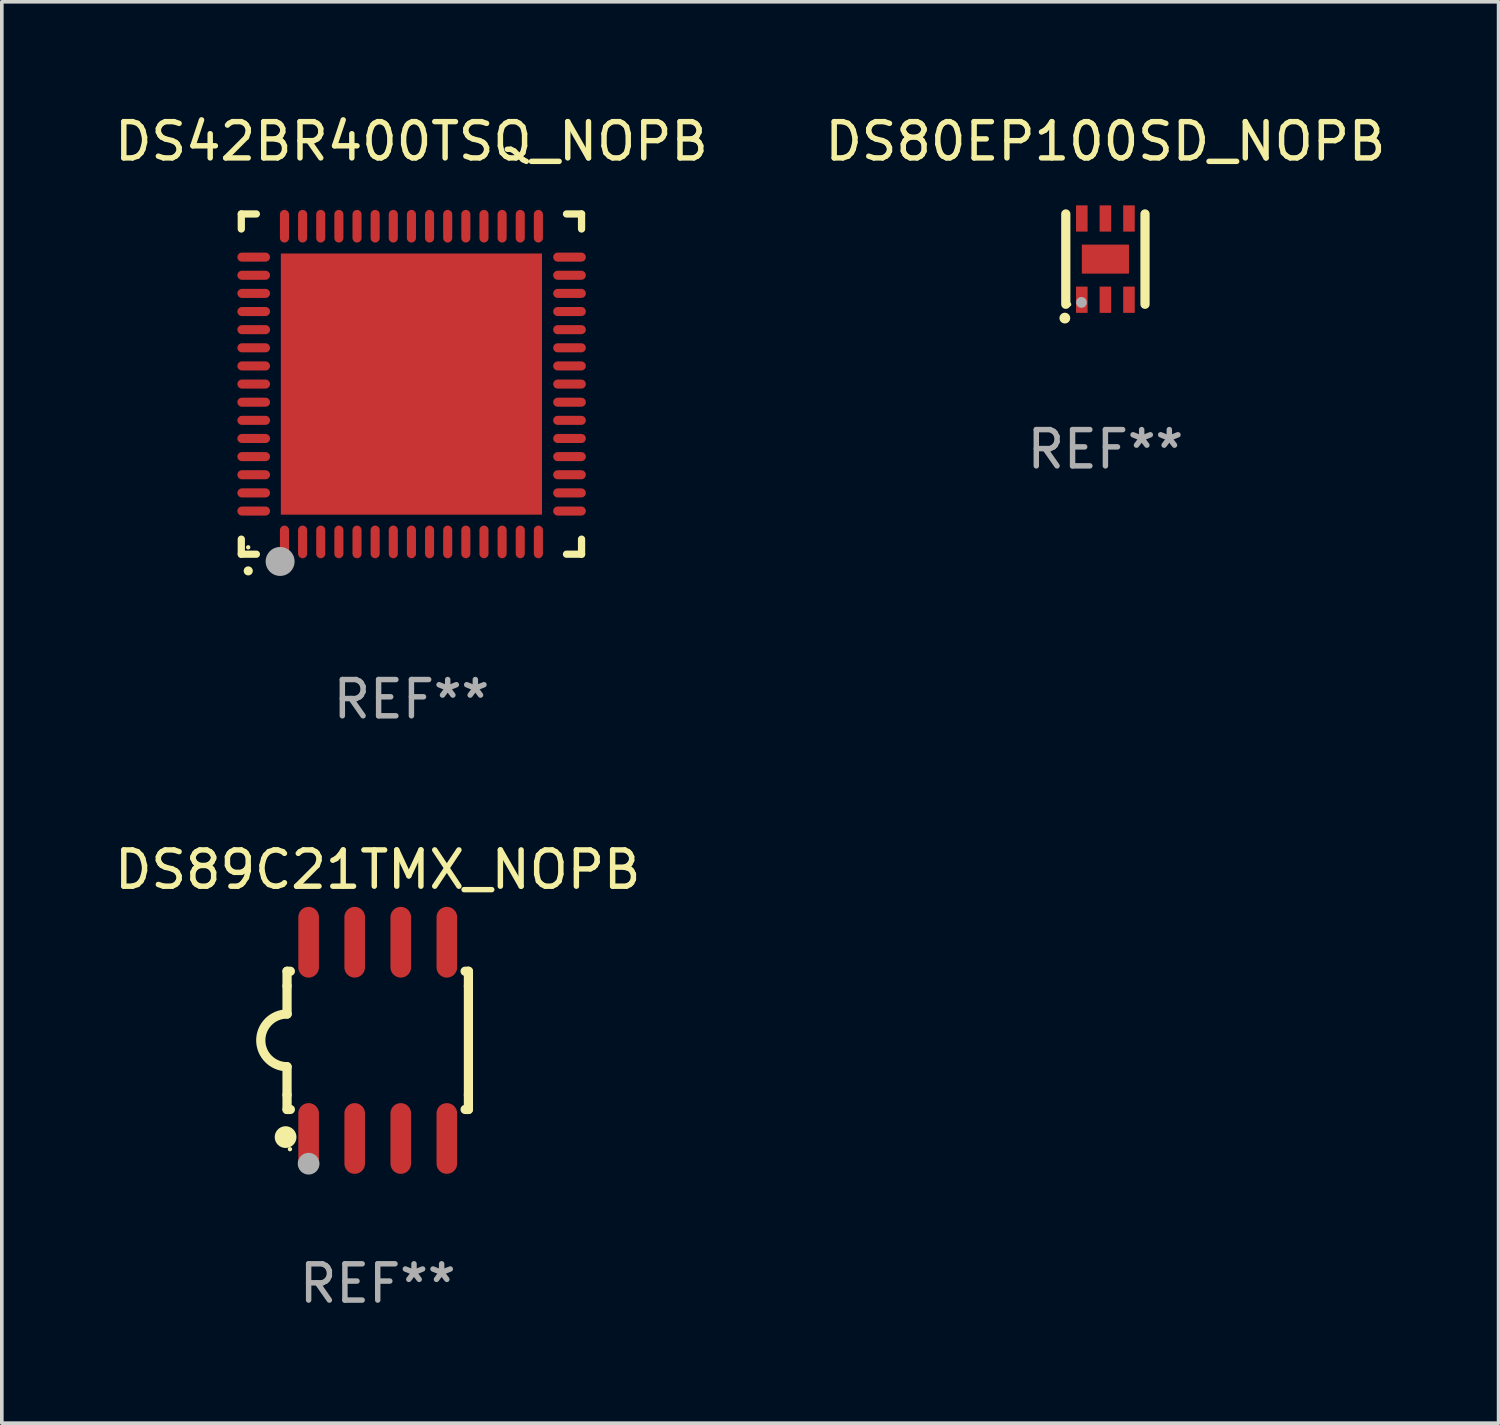
<source format=kicad_pcb>
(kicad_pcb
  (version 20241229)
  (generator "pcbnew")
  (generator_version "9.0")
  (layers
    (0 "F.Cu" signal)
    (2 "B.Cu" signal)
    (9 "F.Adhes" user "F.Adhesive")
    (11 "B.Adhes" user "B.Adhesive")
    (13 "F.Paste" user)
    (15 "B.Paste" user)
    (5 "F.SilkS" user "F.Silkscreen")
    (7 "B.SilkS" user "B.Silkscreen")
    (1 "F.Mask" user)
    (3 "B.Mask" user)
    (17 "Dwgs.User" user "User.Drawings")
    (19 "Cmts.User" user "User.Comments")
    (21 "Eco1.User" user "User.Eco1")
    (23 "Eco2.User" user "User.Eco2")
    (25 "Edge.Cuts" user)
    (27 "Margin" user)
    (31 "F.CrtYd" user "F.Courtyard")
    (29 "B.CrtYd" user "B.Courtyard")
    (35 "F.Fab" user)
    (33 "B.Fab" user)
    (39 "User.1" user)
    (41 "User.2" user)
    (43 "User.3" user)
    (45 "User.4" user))
  (footprint "DS80EP100SD_NOPB"
    (layer "F.Cu")
    (at 27.423 4.093)
    (property "Reference" "DS80EP100SD_NOPB" (at 0 -3.245 0) (layer "F.SilkS") (effects (font (size 1 1) (thickness 0.15))))
    (attr through_hole)
    (fp_line (start -1.092 1.245) (end -1.092 -1.245) (stroke (width 0.254) (type solid)) (layer "F.SilkS"))
    (fp_line (start 1.092 -1.245) (end 1.092 1.245) (stroke (width 0.254) (type solid)) (layer "F.SilkS"))
    (fp_circle (center -1.118 1.626) (end -1.043 1.626) (stroke (width 0.15) (type solid)) (fill no) (layer "F.SilkS"))
    (fp_circle (center -1 1.25) (end -0.97 1.25) (stroke (width 0.06) (type solid)) (fill no) (layer "F.SilkS"))
    (fp_circle (center -0.66 1.194) (end -0.585 1.194) (stroke (width 0.15) (type solid)) (fill no) (layer "F.Fab"))
    (fp_text user "REF**" (at 0 5.245 0) (layer "F.Fab") (effects (font (size 1 1) (thickness 0.15))))
    (pad "1" smd rect (at -0.65 1.12 180) (size 0.318 0.724) (layers "F.Cu" "F.Mask" "F.Paste"))
    (pad "2" smd rect (at 0 1.12 180) (size 0.318 0.724) (layers "F.Cu" "F.Mask" "F.Paste"))
    (pad "3" smd rect (at 0.65 1.12 180) (size 0.318 0.724) (layers "F.Cu" "F.Mask" "F.Paste"))
    (pad "4" smd rect (at 0.65 -1.12 180) (size 0.318 0.724) (layers "F.Cu" "F.Mask" "F.Paste"))
    (pad "5" smd rect (at 0 -1.12 180) (size 0.318 0.724) (layers "F.Cu" "F.Mask" "F.Paste"))
    (pad "6" smd rect (at -0.65 -1.12 180) (size 0.318 0.724) (layers "F.Cu" "F.Mask" "F.Paste"))
    (pad "7" smd rect (at 0 0 90) (size 0.8 1.3) (layers "F.Cu" "F.Mask" "F.Paste")))
  (footprint "DS42BR400TSQ_NOPB"
    (layer "F.Cu")
    (at 8.292 7.538)
    (property "Reference" "DS42BR400TSQ_NOPB" (at 0 -6.69 0) (layer "F.SilkS") (effects (font (size 1 1) (thickness 0.15))))
    (attr through_hole)
    (fp_line (start -4.69 -4.69) (end -4.275 -4.69) (stroke (width 0.2) (type solid)) (layer "F.SilkS"))
    (fp_line (start -4.69 -4.275) (end -4.69 -4.69) (stroke (width 0.2) (type solid)) (layer "F.SilkS"))
    (fp_line (start -4.69 4.69) (end -4.69 4.275) (stroke (width 0.2) (type solid)) (layer "F.SilkS"))
    (fp_line (start -4.275 4.69) (end -4.69 4.69) (stroke (width 0.2) (type solid)) (layer "F.SilkS"))
    (fp_line (start 4.275 4.69) (end 4.69 4.69) (stroke (width 0.2) (type solid)) (layer "F.SilkS"))
    (fp_line (start 4.69 -4.69) (end 4.275 -4.69) (stroke (width 0.2) (type solid)) (layer "F.SilkS"))
    (fp_line (start 4.69 -4.275) (end 4.69 -4.69) (stroke (width 0.2) (type solid)) (layer "F.SilkS"))
    (fp_line (start 4.69 4.69) (end 4.69 4.275) (stroke (width 0.2) (type solid)) (layer "F.SilkS"))
    (fp_arc (start -4.499886 5.15) (mid -4.498616 5.149994) (end -4.497346 5.15) (stroke (width 0.24892) (type solid)) (layer "F.SilkS"))
    (fp_circle (center -4.5 4.5) (end -4.47 4.5) (stroke (width 0.06) (type solid)) (fill no) (layer "F.SilkS"))
    (fp_circle (center -3.62 4.89) (end -3.42 4.89) (stroke (width 0.4) (type solid)) (fill no) (layer "F.Fab"))
    (fp_text user "REF**" (at 0 8.69 0) (layer "F.Fab") (effects (font (size 1 1) (thickness 0.15))))
    (pad "1" smd oval (at -3.5 4.351 90) (size 0.9 0.25) (layers "F.Cu" "F.Mask" "F.Paste"))
    (pad "2" smd oval (at -3 4.351 90) (size 0.9 0.25) (layers "F.Cu" "F.Mask" "F.Paste"))
    (pad "3" smd oval (at -2.5 4.351 90) (size 0.9 0.25) (layers "F.Cu" "F.Mask" "F.Paste"))
    (pad "4" smd oval (at -2 4.351 90) (size 0.9 0.25) (layers "F.Cu" "F.Mask" "F.Paste"))
    (pad "5" smd oval (at -1.5 4.351 90) (size 0.9 0.25) (layers "F.Cu" "F.Mask" "F.Paste"))
    (pad "6" smd oval (at -1 4.351 90) (size 0.9 0.25) (layers "F.Cu" "F.Mask" "F.Paste"))
    (pad "7" smd oval (at -0.5 4.351 90) (size 0.9 0.25) (layers "F.Cu" "F.Mask" "F.Paste"))
    (pad "8" smd oval (at 0.000114 4.351 90) (size 0.9 0.25) (layers "F.Cu" "F.Mask" "F.Paste"))
    (pad "9" smd oval (at 0.5 4.351 90) (size 0.9 0.25) (layers "F.Cu" "F.Mask" "F.Paste"))
    (pad "10" smd oval (at 1 4.351 90) (size 0.9 0.25) (layers "F.Cu" "F.Mask" "F.Paste"))
    (pad "11" smd oval (at 1.5 4.351 90) (size 0.9 0.25) (layers "F.Cu" "F.Mask" "F.Paste"))
    (pad "12" smd oval (at 2 4.351 90) (size 0.9 0.25) (layers "F.Cu" "F.Mask" "F.Paste"))
    (pad "13" smd oval (at 2.5 4.351 90) (size 0.9 0.25) (layers "F.Cu" "F.Mask" "F.Paste"))
    (pad "14" smd oval (at 3 4.351 90) (size 0.9 0.25) (layers "F.Cu" "F.Mask" "F.Paste"))
    (pad "15" smd oval (at 3.5 4.351 90) (size 0.9 0.25) (layers "F.Cu" "F.Mask" "F.Paste"))
    (pad "16" smd oval (at 4.358 3.5 180) (size 0.9 0.25) (layers "F.Cu" "F.Mask" "F.Paste"))
    (pad "17" smd oval (at 4.358 3 180) (size 0.9 0.25) (layers "F.Cu" "F.Mask" "F.Paste"))
    (pad "18" smd oval (at 4.358 2.5 180) (size 0.9 0.25) (layers "F.Cu" "F.Mask" "F.Paste"))
    (pad "19" smd oval (at 4.358 2 180) (size 0.9 0.25) (layers "F.Cu" "F.Mask" "F.Paste"))
    (pad "20" smd oval (at 4.358 1.5 180) (size 0.9 0.25) (layers "F.Cu" "F.Mask" "F.Paste"))
    (pad "21" smd oval (at 4.358 1 180) (size 0.9 0.25) (layers "F.Cu" "F.Mask" "F.Paste"))
    (pad "22" smd oval (at 4.358 0.5 180) (size 0.9 0.25) (layers "F.Cu" "F.Mask" "F.Paste"))
    (pad "23" smd oval (at 4.358 0.000013 180) (size 0.9 0.25) (layers "F.Cu" "F.Mask" "F.Paste"))
    (pad "24" smd oval (at 4.358 -0.5 180) (size 0.9 0.25) (layers "F.Cu" "F.Mask" "F.Paste"))
    (pad "25" smd oval (at 4.358 -1 180) (size 0.9 0.25) (layers "F.Cu" "F.Mask" "F.Paste"))
    (pad "26" smd oval (at 4.358 -1.5 180) (size 0.9 0.25) (layers "F.Cu" "F.Mask" "F.Paste"))
    (pad "27" smd oval (at 4.358 -2 180) (size 0.9 0.25) (layers "F.Cu" "F.Mask" "F.Paste"))
    (pad "28" smd oval (at 4.358 -2.5 180) (size 0.9 0.25) (layers "F.Cu" "F.Mask" "F.Paste"))
    (pad "29" smd oval (at 4.358 -3 180) (size 0.9 0.25) (layers "F.Cu" "F.Mask" "F.Paste"))
    (pad "30" smd oval (at 4.358 -3.5 180) (size 0.9 0.25) (layers "F.Cu" "F.Mask" "F.Paste"))
    (pad "31" smd oval (at 3.5 -4.352 270) (size 0.9 0.25) (layers "F.Cu" "F.Mask" "F.Paste"))
    (pad "32" smd oval (at 3 -4.352 270) (size 0.9 0.25) (layers "F.Cu" "F.Mask" "F.Paste"))
    (pad "33" smd oval (at 2.5 -4.352 270) (size 0.9 0.25) (layers "F.Cu" "F.Mask" "F.Paste"))
    (pad "34" smd oval (at 2 -4.352 270) (size 0.9 0.25) (layers "F.Cu" "F.Mask" "F.Paste"))
    (pad "35" smd oval (at 1.5 -4.352 270) (size 0.9 0.25) (layers "F.Cu" "F.Mask" "F.Paste"))
    (pad "36" smd oval (at 1 -4.352 270) (size 0.9 0.25) (layers "F.Cu" "F.Mask" "F.Paste"))
    (pad "37" smd oval (at 0.5 -4.352 270) (size 0.9 0.25) (layers "F.Cu" "F.Mask" "F.Paste"))
    (pad "38" smd oval (at 0.000114 -4.352 270) (size 0.9 0.25) (layers "F.Cu" "F.Mask" "F.Paste"))
    (pad "39" smd oval (at -0.5 -4.352 270) (size 0.9 0.25) (layers "F.Cu" "F.Mask" "F.Paste"))
    (pad "40" smd oval (at -1 -4.352 270) (size 0.9 0.25) (layers "F.Cu" "F.Mask" "F.Paste"))
    (pad "41" smd oval (at -1.5 -4.352 270) (size 0.9 0.25) (layers "F.Cu" "F.Mask" "F.Paste"))
    (pad "42" smd oval (at -2 -4.352 270) (size 0.9 0.25) (layers "F.Cu" "F.Mask" "F.Paste"))
    (pad "43" smd oval (at -2.5 -4.352 270) (size 0.9 0.25) (layers "F.Cu" "F.Mask" "F.Paste"))
    (pad "44" smd oval (at -3 -4.352 270) (size 0.9 0.25) (layers "F.Cu" "F.Mask" "F.Paste"))
    (pad "45" smd oval (at -3.5 -4.352 270) (size 0.9 0.25) (layers "F.Cu" "F.Mask" "F.Paste"))
    (pad "46" smd oval (at -4.348 -3.5) (size 0.9 0.25) (layers "F.Cu" "F.Mask" "F.Paste"))
    (pad "47" smd oval (at -4.348 -3) (size 0.9 0.25) (layers "F.Cu" "F.Mask" "F.Paste"))
    (pad "48" smd oval (at -4.348 -2.5) (size 0.9 0.25) (layers "F.Cu" "F.Mask" "F.Paste"))
    (pad "49" smd oval (at -4.348 -2) (size 0.9 0.25) (layers "F.Cu" "F.Mask" "F.Paste"))
    (pad "50" smd oval (at -4.348 -1.5) (size 0.9 0.25) (layers "F.Cu" "F.Mask" "F.Paste"))
    (pad "51" smd oval (at -4.348 -1) (size 0.9 0.25) (layers "F.Cu" "F.Mask" "F.Paste"))
    (pad "52" smd oval (at -4.348 -0.5) (size 0.9 0.25) (layers "F.Cu" "F.Mask" "F.Paste"))
    (pad "53" smd oval (at -4.348 0.000013) (size 0.9 0.25) (layers "F.Cu" "F.Mask" "F.Paste"))
    (pad "54" smd oval (at -4.348 0.5) (size 0.9 0.25) (layers "F.Cu" "F.Mask" "F.Paste"))
    (pad "55" smd oval (at -4.348 1) (size 0.9 0.25) (layers "F.Cu" "F.Mask" "F.Paste"))
    (pad "56" smd oval (at -4.348 1.5) (size 0.9 0.25) (layers "F.Cu" "F.Mask" "F.Paste"))
    (pad "57" smd oval (at -4.348 2) (size 0.9 0.25) (layers "F.Cu" "F.Mask" "F.Paste"))
    (pad "58" smd oval (at -4.348 2.5) (size 0.9 0.25) (layers "F.Cu" "F.Mask" "F.Paste"))
    (pad "59" smd oval (at -4.348 3) (size 0.9 0.25) (layers "F.Cu" "F.Mask" "F.Paste"))
    (pad "60" smd oval (at -4.348 3.5) (size 0.9 0.25) (layers "F.Cu" "F.Mask" "F.Paste"))
    (pad "61" smd rect (at 0.000114 0.000013) (size 7.2 7.2) (layers "F.Cu" "F.Mask" "F.Paste")))
  (footprint "DS89C21TMX_NOPB"
    (layer "F.Cu")
    (at 7.363 25.63)
    (property "Reference" "DS89C21TMX_NOPB" (at 0 -4.705 0) (layer "F.SilkS") (effects (font (size 1 1) (thickness 0.15))))
    (attr through_hole)
    (fp_line (start -2.5 -1.905) (end -2.409 -1.905) (stroke (width 0.254) (type solid)) (layer "F.SilkS"))
    (fp_line (start -2.5 -1.5) (end -2.5 -1.905) (stroke (width 0.254) (type solid)) (layer "F.SilkS"))
    (fp_line (start -2.5 -1.5) (end -2.5 -0.726) (stroke (width 0.254) (type solid)) (layer "F.SilkS"))
    (fp_line (start -2.5 1.5) (end -2.5 0.727) (stroke (width 0.254) (type solid)) (layer "F.SilkS"))
    (fp_line (start -2.5 1.5) (end -2.5 1.905) (stroke (width 0.254) (type solid)) (layer "F.SilkS"))
    (fp_line (start -2.5 1.905) (end -2.409 1.905) (stroke (width 0.254) (type solid)) (layer "F.SilkS"))
    (fp_line (start 2.5 -1.905) (end 2.409 -1.905) (stroke (width 0.254) (type solid)) (layer "F.SilkS"))
    (fp_line (start 2.5 -1.5) (end 2.5 -1.905) (stroke (width 0.254) (type solid)) (layer "F.SilkS"))
    (fp_line (start 2.5 -1.5) (end 2.5 1.5) (stroke (width 0.254) (type solid)) (layer "F.SilkS"))
    (fp_line (start 2.5 1.5) (end 2.5 1.905) (stroke (width 0.254) (type solid)) (layer "F.SilkS"))
    (fp_line (start 2.5 1.905) (end 2.409 1.905) (stroke (width 0.254) (type solid)) (layer "F.SilkS"))
    (fp_arc (start -2.5 0.726568) (mid -3.220316 -0.0023) (end -2.495097 -0.726289) (stroke (width 0.254001) (type solid)) (layer "F.SilkS"))
    (fp_circle (center -2.54 2.667) (end -2.39 2.667) (stroke (width 0.3) (type solid)) (fill no) (layer "F.SilkS"))
    (fp_circle (center -2.42 3) (end -2.39 3) (stroke (width 0.06) (type solid)) (fill no) (layer "F.SilkS"))
    (fp_circle (center -1.905 3.4) (end -1.755 3.4) (stroke (width 0.3) (type solid)) (fill no) (layer "F.Fab"))
    (fp_text user "REF**" (at 0 6.705 0) (layer "F.Fab") (effects (font (size 1 1) (thickness 0.15))))
    (pad "1" smd oval (at -1.905 2.705) (size 0.568 1.95) (layers "F.Cu" "F.Mask" "F.Paste"))
    (pad "2" smd oval (at -0.635 2.705) (size 0.568 1.95) (layers "F.Cu" "F.Mask" "F.Paste"))
    (pad "3" smd oval (at 0.635 2.705) (size 0.568 1.95) (layers "F.Cu" "F.Mask" "F.Paste"))
    (pad "4" smd oval (at 1.905 2.705) (size 0.568 1.95) (layers "F.Cu" "F.Mask" "F.Paste"))
    (pad "5" smd oval (at 1.905 -2.705) (size 0.568 1.95) (layers "F.Cu" "F.Mask" "F.Paste"))
    (pad "6" smd oval (at 0.635 -2.705) (size 0.568 1.95) (layers "F.Cu" "F.Mask" "F.Paste"))
    (pad "7" smd oval (at -0.635 -2.705) (size 0.568 1.95) (layers "F.Cu" "F.Mask" "F.Paste"))
    (pad "8" smd oval (at -1.905 -2.705) (size 0.568 1.95) (layers "F.Cu" "F.Mask" "F.Paste")))
  (gr_rect
    (start -3 -3)
    (end 38.262 36.183)
    (stroke (width 0.1) (type default))
    (fill no)
    (layer "Edge.Cuts")))
</source>
